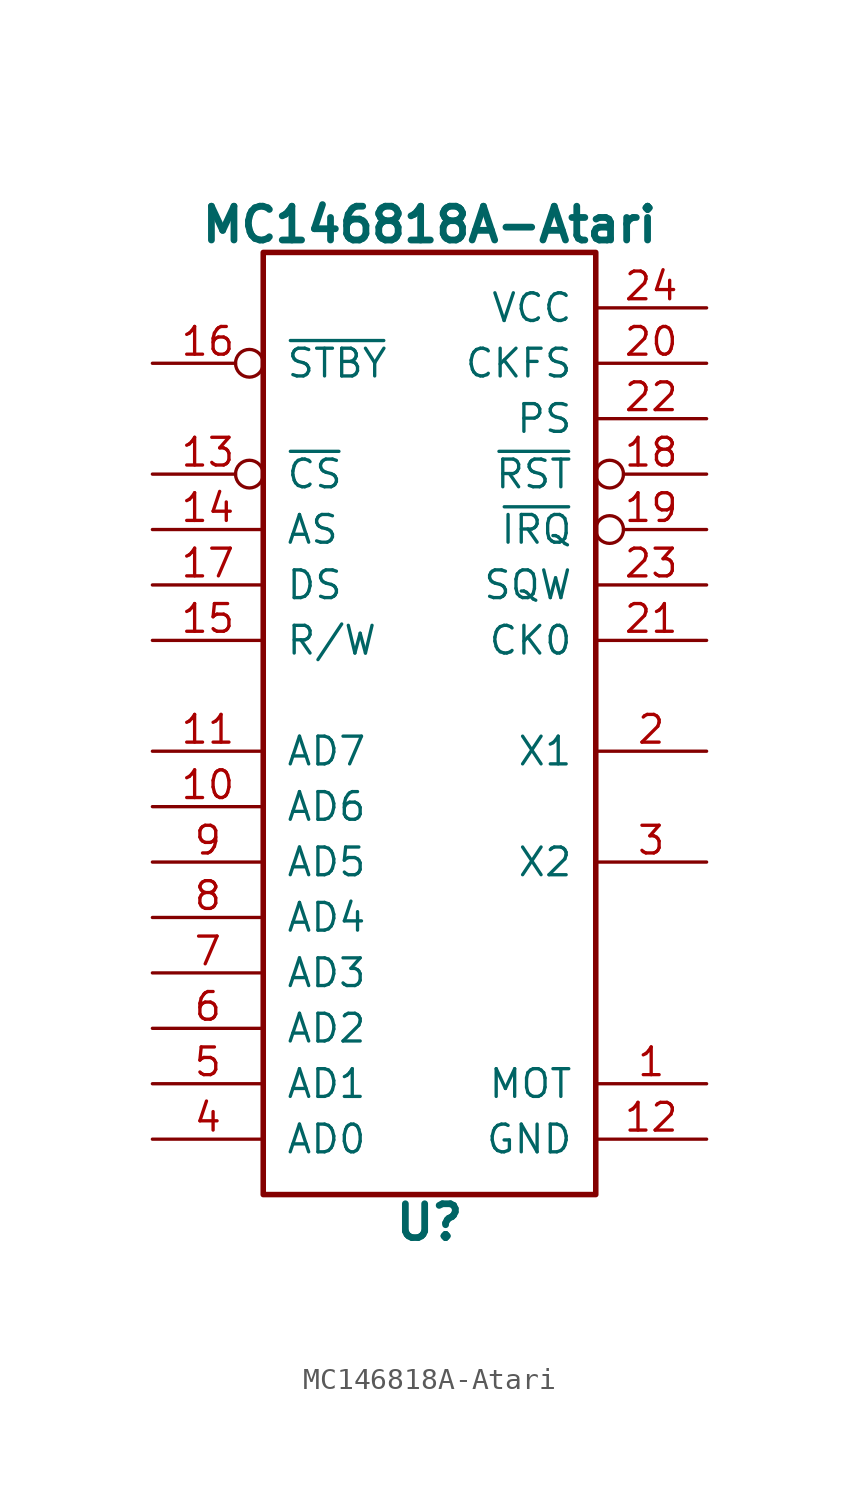
<source format=kicad_sym>
(kicad_symbol_lib
  (version 20231120)
  (generator "kicad_symbol_editor")
  (generator_version "8.0")
  (symbol "MC146818A-Atari"
    (pin_names
      (offset 1.016))
    (property "Reference" "U"
      (at 0 -21.59 0)
      (effects (font (size 1.549 1.549) (bold yes))))
    (property "Value" "MC146818A-Atari"
      (at 0 24.13 0)
      (effects (font (size 1.549 1.549) (bold yes))))
    (symbol "MC146818A-Atari_0_0"
      (pin input line (at 12.7 -15.24 180) (length 5.08) (name "MOT" (effects (font (size 1.27 1.27)))) (number "1" (effects (font (size 1.27 1.27)))))
      (pin input line (at -12.7 -2.54 0) (length 5.08) (name "AD6" (effects (font (size 1.27 1.27)))) (number "10" (effects (font (size 1.27 1.27)))))
      (pin input line (at -12.7 0 0) (length 5.08) (name "AD7" (effects (font (size 1.27 1.27)))) (number "11" (effects (font (size 1.27 1.27)))))
      (pin power_in line (at 12.7 -17.78 180) (length 5.08) (name "GND" (effects (font (size 1.27 1.27)))) (number "12" (effects (font (size 1.27 1.27)))))
      (pin input inverted (at -12.7 12.7 0) (length 5.08) (name "~{CS}" (effects (font (size 1.27 1.27)))) (number "13" (effects (font (size 1.27 1.27)))))
      (pin input line (at -12.7 10.16 0) (length 5.08) (name "AS" (effects (font (size 1.27 1.27)))) (number "14" (effects (font (size 1.27 1.27)))))
      (pin bidirectional line (at -12.7 5.08 0) (length 5.08) (name "R/W" (effects (font (size 1.27 1.27)))) (number "15" (effects (font (size 1.27 1.27)))))
      (pin input inverted (at -12.7 17.78 0) (length 5.08) (name "~{STBY}" (effects (font (size 1.27 1.27)))) (number "16" (effects (font (size 1.27 1.27)))))
      (pin input line (at -12.7 7.62 0) (length 5.08) (name "DS" (effects (font (size 1.27 1.27)))) (number "17" (effects (font (size 1.27 1.27)))))
      (pin input inverted (at 12.7 12.7 180) (length 5.08) (name "~{RST}" (effects (font (size 1.27 1.27)))) (number "18" (effects (font (size 1.27 1.27)))))
      (pin input inverted (at 12.7 10.16 180) (length 5.08) (name "~{IRQ}" (effects (font (size 1.27 1.27)))) (number "19" (effects (font (size 1.27 1.27)))))
      (pin input line (at 12.7 0 180) (length 5.08) (name "X1" (effects (font (size 1.27 1.27)))) (number "2" (effects (font (size 1.27 1.27)))))
      (pin input line (at 12.7 17.78 180) (length 5.08) (name "CKFS" (effects (font (size 1.27 1.27)))) (number "20" (effects (font (size 1.27 1.27)))))
      (pin input line (at 12.7 5.08 180) (length 5.08) (name "CK0" (effects (font (size 1.27 1.27)))) (number "21" (effects (font (size 1.27 1.27)))))
      (pin input line (at 12.7 15.24 180) (length 5.08) (name "PS" (effects (font (size 1.27 1.27)))) (number "22" (effects (font (size 1.27 1.27)))))
      (pin input line (at 12.7 7.62 180) (length 5.08) (name "SQW" (effects (font (size 1.27 1.27)))) (number "23" (effects (font (size 1.27 1.27)))))
      (pin power_in line (at 12.7 20.32 180) (length 5.08) (name "VCC" (effects (font (size 1.27 1.27)))) (number "24" (effects (font (size 1.27 1.27)))))
      (pin input line (at 12.7 -5.08 180) (length 5.08) (name "X2" (effects (font (size 1.27 1.27)))) (number "3" (effects (font (size 1.27 1.27)))))
      (pin input line (at -12.7 -17.78 0) (length 5.08) (name "AD0" (effects (font (size 1.27 1.27)))) (number "4" (effects (font (size 1.27 1.27)))))
      (pin input line (at -12.7 -15.24 0) (length 5.08) (name "AD1" (effects (font (size 1.27 1.27)))) (number "5" (effects (font (size 1.27 1.27)))))
      (pin input line (at -12.7 -12.7 0) (length 5.08) (name "AD2" (effects (font (size 1.27 1.27)))) (number "6" (effects (font (size 1.27 1.27)))))
      (pin input line (at -12.7 -10.16 0) (length 5.08) (name "AD3" (effects (font (size 1.27 1.27)))) (number "7" (effects (font (size 1.27 1.27)))))
      (pin input line (at -12.7 -7.62 0) (length 5.08) (name "AD4" (effects (font (size 1.27 1.27)))) (number "8" (effects (font (size 1.27 1.27)))))
      (pin input line (at -12.7 -5.08 0) (length 5.08) (name "AD5" (effects (font (size 1.27 1.27)))) (number "9" (effects (font (size 1.27 1.27))))))
    (symbol "MC146818A-Atari_0_1"
      (rectangle (start -7.62 22.86) (end 7.62 -20.32) (stroke (width 0.254) (type solid)) (fill (type none))))))
</source>
